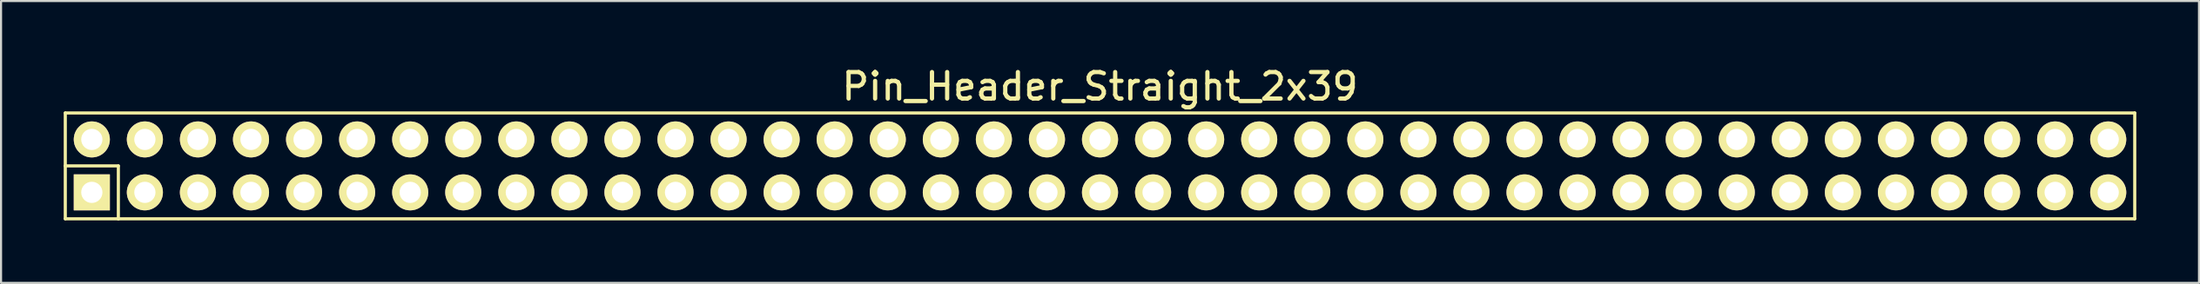
<source format=kicad_pcb>
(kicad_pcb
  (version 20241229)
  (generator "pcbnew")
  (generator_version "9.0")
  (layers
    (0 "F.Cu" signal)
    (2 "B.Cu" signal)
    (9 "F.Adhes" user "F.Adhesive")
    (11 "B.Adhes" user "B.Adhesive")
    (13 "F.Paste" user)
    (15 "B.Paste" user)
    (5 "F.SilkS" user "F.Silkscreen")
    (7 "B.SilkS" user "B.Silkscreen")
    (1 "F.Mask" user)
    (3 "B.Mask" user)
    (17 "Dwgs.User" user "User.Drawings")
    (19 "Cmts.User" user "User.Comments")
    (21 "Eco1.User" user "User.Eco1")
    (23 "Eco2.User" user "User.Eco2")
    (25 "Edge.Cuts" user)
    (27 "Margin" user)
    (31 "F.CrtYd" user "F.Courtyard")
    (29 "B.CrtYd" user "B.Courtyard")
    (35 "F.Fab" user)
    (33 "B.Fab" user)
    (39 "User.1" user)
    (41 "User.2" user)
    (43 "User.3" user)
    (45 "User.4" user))
  (footprint "Pin_Header_Straight_2x39"
    (layer "F.Cu")
    (at 49.605 4.91)
    (property "Reference" "Pin_Header_Straight_2x39" (at 0 -3.81 0) (layer "F.SilkS") (effects (font (size 1.27 1.27) (thickness 0.203))))
    (attr through_hole)
    (fp_line (start -49.53 -2.54) (end -49.53 0) (stroke (width 0.15) (type solid)) (layer "F.SilkS"))
    (fp_line (start -49.53 -2.54) (end 49.53 -2.54) (stroke (width 0.15) (type solid)) (layer "F.SilkS"))
    (fp_line (start -49.53 0) (end -46.99 0) (stroke (width 0.15) (type solid)) (layer "F.SilkS"))
    (fp_line (start -49.53 2.54) (end -49.53 0) (stroke (width 0.15) (type solid)) (layer "F.SilkS"))
    (fp_line (start -49.53 2.54) (end -46.99 2.54) (stroke (width 0.15) (type solid)) (layer "F.SilkS"))
    (fp_line (start -46.99 0) (end -46.99 2.54) (stroke (width 0.15) (type solid)) (layer "F.SilkS"))
    (fp_line (start 49.53 -2.54) (end 49.53 2.54) (stroke (width 0.15) (type solid)) (layer "F.SilkS"))
    (fp_line (start 49.53 2.54) (end -46.99 2.54) (stroke (width 0.15) (type solid)) (layer "F.SilkS"))
    (pad "1" thru_hole rect (at -48.26 1.27) (size 1.727 1.727) (drill 1.016) (layers "*.Cu" "*.Mask" "F.SilkS"))
    (pad "2" thru_hole oval (at -48.26 -1.27) (size 1.727 1.727) (drill 1.016) (layers "*.Cu" "*.Mask" "F.SilkS"))
    (pad "3" thru_hole oval (at -45.72 1.27) (size 1.727 1.727) (drill 1.016) (layers "*.Cu" "*.Mask" "F.SilkS"))
    (pad "4" thru_hole oval (at -45.72 -1.27) (size 1.727 1.727) (drill 1.016) (layers "*.Cu" "*.Mask" "F.SilkS"))
    (pad "5" thru_hole oval (at -43.18 1.27) (size 1.727 1.727) (drill 1.016) (layers "*.Cu" "*.Mask" "F.SilkS"))
    (pad "6" thru_hole oval (at -43.18 -1.27) (size 1.727 1.727) (drill 1.016) (layers "*.Cu" "*.Mask" "F.SilkS"))
    (pad "7" thru_hole oval (at -40.64 1.27) (size 1.727 1.727) (drill 1.016) (layers "*.Cu" "*.Mask" "F.SilkS"))
    (pad "8" thru_hole oval (at -40.64 -1.27) (size 1.727 1.727) (drill 1.016) (layers "*.Cu" "*.Mask" "F.SilkS"))
    (pad "9" thru_hole oval (at -38.1 1.27) (size 1.727 1.727) (drill 1.016) (layers "*.Cu" "*.Mask" "F.SilkS"))
    (pad "10" thru_hole oval (at -38.1 -1.27) (size 1.727 1.727) (drill 1.016) (layers "*.Cu" "*.Mask" "F.SilkS"))
    (pad "11" thru_hole oval (at -35.56 1.27) (size 1.727 1.727) (drill 1.016) (layers "*.Cu" "*.Mask" "F.SilkS"))
    (pad "12" thru_hole oval (at -35.56 -1.27) (size 1.727 1.727) (drill 1.016) (layers "*.Cu" "*.Mask" "F.SilkS"))
    (pad "13" thru_hole oval (at -33.02 1.27) (size 1.727 1.727) (drill 1.016) (layers "*.Cu" "*.Mask" "F.SilkS"))
    (pad "14" thru_hole oval (at -33.02 -1.27) (size 1.727 1.727) (drill 1.016) (layers "*.Cu" "*.Mask" "F.SilkS"))
    (pad "15" thru_hole oval (at -30.48 1.27) (size 1.727 1.727) (drill 1.016) (layers "*.Cu" "*.Mask" "F.SilkS"))
    (pad "16" thru_hole oval (at -30.48 -1.27) (size 1.727 1.727) (drill 1.016) (layers "*.Cu" "*.Mask" "F.SilkS"))
    (pad "17" thru_hole oval (at -27.94 1.27) (size 1.727 1.727) (drill 1.016) (layers "*.Cu" "*.Mask" "F.SilkS"))
    (pad "18" thru_hole oval (at -27.94 -1.27) (size 1.727 1.727) (drill 1.016) (layers "*.Cu" "*.Mask" "F.SilkS"))
    (pad "19" thru_hole oval (at -25.4 1.27) (size 1.727 1.727) (drill 1.016) (layers "*.Cu" "*.Mask" "F.SilkS"))
    (pad "20" thru_hole oval (at -25.4 -1.27) (size 1.727 1.727) (drill 1.016) (layers "*.Cu" "*.Mask" "F.SilkS"))
    (pad "21" thru_hole oval (at -22.86 1.27) (size 1.727 1.727) (drill 1.016) (layers "*.Cu" "*.Mask" "F.SilkS"))
    (pad "22" thru_hole oval (at -22.86 -1.27) (size 1.727 1.727) (drill 1.016) (layers "*.Cu" "*.Mask" "F.SilkS"))
    (pad "23" thru_hole oval (at -20.32 1.27) (size 1.727 1.727) (drill 1.016) (layers "*.Cu" "*.Mask" "F.SilkS"))
    (pad "24" thru_hole oval (at -20.32 -1.27) (size 1.727 1.727) (drill 1.016) (layers "*.Cu" "*.Mask" "F.SilkS"))
    (pad "25" thru_hole oval (at -17.78 1.27) (size 1.727 1.727) (drill 1.016) (layers "*.Cu" "*.Mask" "F.SilkS"))
    (pad "26" thru_hole oval (at -17.78 -1.27) (size 1.727 1.727) (drill 1.016) (layers "*.Cu" "*.Mask" "F.SilkS"))
    (pad "27" thru_hole oval (at -15.24 1.27) (size 1.727 1.727) (drill 1.016) (layers "*.Cu" "*.Mask" "F.SilkS"))
    (pad "28" thru_hole oval (at -15.24 -1.27) (size 1.727 1.727) (drill 1.016) (layers "*.Cu" "*.Mask" "F.SilkS"))
    (pad "29" thru_hole oval (at -12.7 1.27) (size 1.727 1.727) (drill 1.016) (layers "*.Cu" "*.Mask" "F.SilkS"))
    (pad "30" thru_hole oval (at -12.7 -1.27) (size 1.727 1.727) (drill 1.016) (layers "*.Cu" "*.Mask" "F.SilkS"))
    (pad "31" thru_hole oval (at -10.16 1.27) (size 1.727 1.727) (drill 1.016) (layers "*.Cu" "*.Mask" "F.SilkS"))
    (pad "32" thru_hole oval (at -10.16 -1.27) (size 1.727 1.727) (drill 1.016) (layers "*.Cu" "*.Mask" "F.SilkS"))
    (pad "33" thru_hole oval (at -7.62 1.27) (size 1.727 1.727) (drill 1.016) (layers "*.Cu" "*.Mask" "F.SilkS"))
    (pad "34" thru_hole oval (at -7.62 -1.27) (size 1.727 1.727) (drill 1.016) (layers "*.Cu" "*.Mask" "F.SilkS"))
    (pad "35" thru_hole oval (at -5.08 1.27) (size 1.727 1.727) (drill 1.016) (layers "*.Cu" "*.Mask" "F.SilkS"))
    (pad "36" thru_hole oval (at -5.08 -1.27) (size 1.727 1.727) (drill 1.016) (layers "*.Cu" "*.Mask" "F.SilkS"))
    (pad "37" thru_hole oval (at -2.54 1.27) (size 1.727 1.727) (drill 1.016) (layers "*.Cu" "*.Mask" "F.SilkS"))
    (pad "38" thru_hole oval (at -2.54 -1.27) (size 1.727 1.727) (drill 1.016) (layers "*.Cu" "*.Mask" "F.SilkS"))
    (pad "39" thru_hole oval (at 0 1.27) (size 1.727 1.727) (drill 1.016) (layers "*.Cu" "*.Mask" "F.SilkS"))
    (pad "40" thru_hole oval (at 0 -1.27) (size 1.727 1.727) (drill 1.016) (layers "*.Cu" "*.Mask" "F.SilkS"))
    (pad "41" thru_hole oval (at 2.54 1.27) (size 1.727 1.727) (drill 1.016) (layers "*.Cu" "*.Mask" "F.SilkS"))
    (pad "42" thru_hole oval (at 2.54 -1.27) (size 1.727 1.727) (drill 1.016) (layers "*.Cu" "*.Mask" "F.SilkS"))
    (pad "43" thru_hole oval (at 5.08 1.27) (size 1.727 1.727) (drill 1.016) (layers "*.Cu" "*.Mask" "F.SilkS"))
    (pad "44" thru_hole oval (at 5.08 -1.27) (size 1.727 1.727) (drill 1.016) (layers "*.Cu" "*.Mask" "F.SilkS"))
    (pad "45" thru_hole oval (at 7.62 1.27) (size 1.727 1.727) (drill 1.016) (layers "*.Cu" "*.Mask" "F.SilkS"))
    (pad "46" thru_hole oval (at 7.62 -1.27) (size 1.727 1.727) (drill 1.016) (layers "*.Cu" "*.Mask" "F.SilkS"))
    (pad "47" thru_hole oval (at 10.16 1.27) (size 1.727 1.727) (drill 1.016) (layers "*.Cu" "*.Mask" "F.SilkS"))
    (pad "48" thru_hole oval (at 10.16 -1.27) (size 1.727 1.727) (drill 1.016) (layers "*.Cu" "*.Mask" "F.SilkS"))
    (pad "49" thru_hole oval (at 12.7 1.27) (size 1.727 1.727) (drill 1.016) (layers "*.Cu" "*.Mask" "F.SilkS"))
    (pad "50" thru_hole oval (at 12.7 -1.27) (size 1.727 1.727) (drill 1.016) (layers "*.Cu" "*.Mask" "F.SilkS"))
    (pad "51" thru_hole oval (at 15.24 1.27) (size 1.727 1.727) (drill 1.016) (layers "*.Cu" "*.Mask" "F.SilkS"))
    (pad "52" thru_hole oval (at 15.24 -1.27) (size 1.727 1.727) (drill 1.016) (layers "*.Cu" "*.Mask" "F.SilkS"))
    (pad "53" thru_hole oval (at 17.78 1.27) (size 1.727 1.727) (drill 1.016) (layers "*.Cu" "*.Mask" "F.SilkS"))
    (pad "54" thru_hole oval (at 17.78 -1.27) (size 1.727 1.727) (drill 1.016) (layers "*.Cu" "*.Mask" "F.SilkS"))
    (pad "55" thru_hole oval (at 20.32 1.27) (size 1.727 1.727) (drill 1.016) (layers "*.Cu" "*.Mask" "F.SilkS"))
    (pad "56" thru_hole oval (at 20.32 -1.27) (size 1.727 1.727) (drill 1.016) (layers "*.Cu" "*.Mask" "F.SilkS"))
    (pad "57" thru_hole oval (at 22.86 1.27) (size 1.727 1.727) (drill 1.016) (layers "*.Cu" "*.Mask" "F.SilkS"))
    (pad "58" thru_hole oval (at 22.86 -1.27) (size 1.727 1.727) (drill 1.016) (layers "*.Cu" "*.Mask" "F.SilkS"))
    (pad "59" thru_hole oval (at 25.4 1.27) (size 1.727 1.727) (drill 1.016) (layers "*.Cu" "*.Mask" "F.SilkS"))
    (pad "60" thru_hole oval (at 25.4 -1.27) (size 1.727 1.727) (drill 1.016) (layers "*.Cu" "*.Mask" "F.SilkS"))
    (pad "61" thru_hole oval (at 27.94 1.27) (size 1.727 1.727) (drill 1.016) (layers "*.Cu" "*.Mask" "F.SilkS"))
    (pad "62" thru_hole oval (at 27.94 -1.27) (size 1.727 1.727) (drill 1.016) (layers "*.Cu" "*.Mask" "F.SilkS"))
    (pad "63" thru_hole oval (at 30.48 1.27) (size 1.727 1.727) (drill 1.016) (layers "*.Cu" "*.Mask" "F.SilkS"))
    (pad "64" thru_hole oval (at 30.48 -1.27) (size 1.727 1.727) (drill 1.016) (layers "*.Cu" "*.Mask" "F.SilkS"))
    (pad "65" thru_hole oval (at 33.02 1.27) (size 1.727 1.727) (drill 1.016) (layers "*.Cu" "*.Mask" "F.SilkS"))
    (pad "66" thru_hole oval (at 33.02 -1.27) (size 1.727 1.727) (drill 1.016) (layers "*.Cu" "*.Mask" "F.SilkS"))
    (pad "67" thru_hole oval (at 35.56 1.27) (size 1.727 1.727) (drill 1.016) (layers "*.Cu" "*.Mask" "F.SilkS"))
    (pad "68" thru_hole oval (at 35.56 -1.27) (size 1.727 1.727) (drill 1.016) (layers "*.Cu" "*.Mask" "F.SilkS"))
    (pad "69" thru_hole oval (at 38.1 1.27) (size 1.727 1.727) (drill 1.016) (layers "*.Cu" "*.Mask" "F.SilkS"))
    (pad "70" thru_hole oval (at 38.1 -1.27) (size 1.727 1.727) (drill 1.016) (layers "*.Cu" "*.Mask" "F.SilkS"))
    (pad "71" thru_hole oval (at 40.64 1.27) (size 1.727 1.727) (drill 1.016) (layers "*.Cu" "*.Mask" "F.SilkS"))
    (pad "72" thru_hole oval (at 40.64 -1.27) (size 1.727 1.727) (drill 1.016) (layers "*.Cu" "*.Mask" "F.SilkS"))
    (pad "73" thru_hole oval (at 43.18 1.27) (size 1.727 1.727) (drill 1.016) (layers "*.Cu" "*.Mask" "F.SilkS"))
    (pad "74" thru_hole oval (at 43.18 -1.27) (size 1.727 1.727) (drill 1.016) (layers "*.Cu" "*.Mask" "F.SilkS"))
    (pad "75" thru_hole oval (at 45.72 1.27) (size 1.727 1.727) (drill 1.016) (layers "*.Cu" "*.Mask" "F.SilkS"))
    (pad "76" thru_hole oval (at 45.72 -1.27) (size 1.727 1.727) (drill 1.016) (layers "*.Cu" "*.Mask" "F.SilkS"))
    (pad "77" thru_hole oval (at 48.26 1.27) (size 1.727 1.727) (drill 1.016) (layers "*.Cu" "*.Mask" "F.SilkS"))
    (pad "78" thru_hole oval (at 48.26 -1.27) (size 1.727 1.727) (drill 1.016) (layers "*.Cu" "*.Mask" "F.SilkS")))
  (gr_rect
    (start -3 -3)
    (end 102.21 10.525)
    (stroke (width 0.1) (type default))
    (fill no)
    (layer "Edge.Cuts")))
</source>
